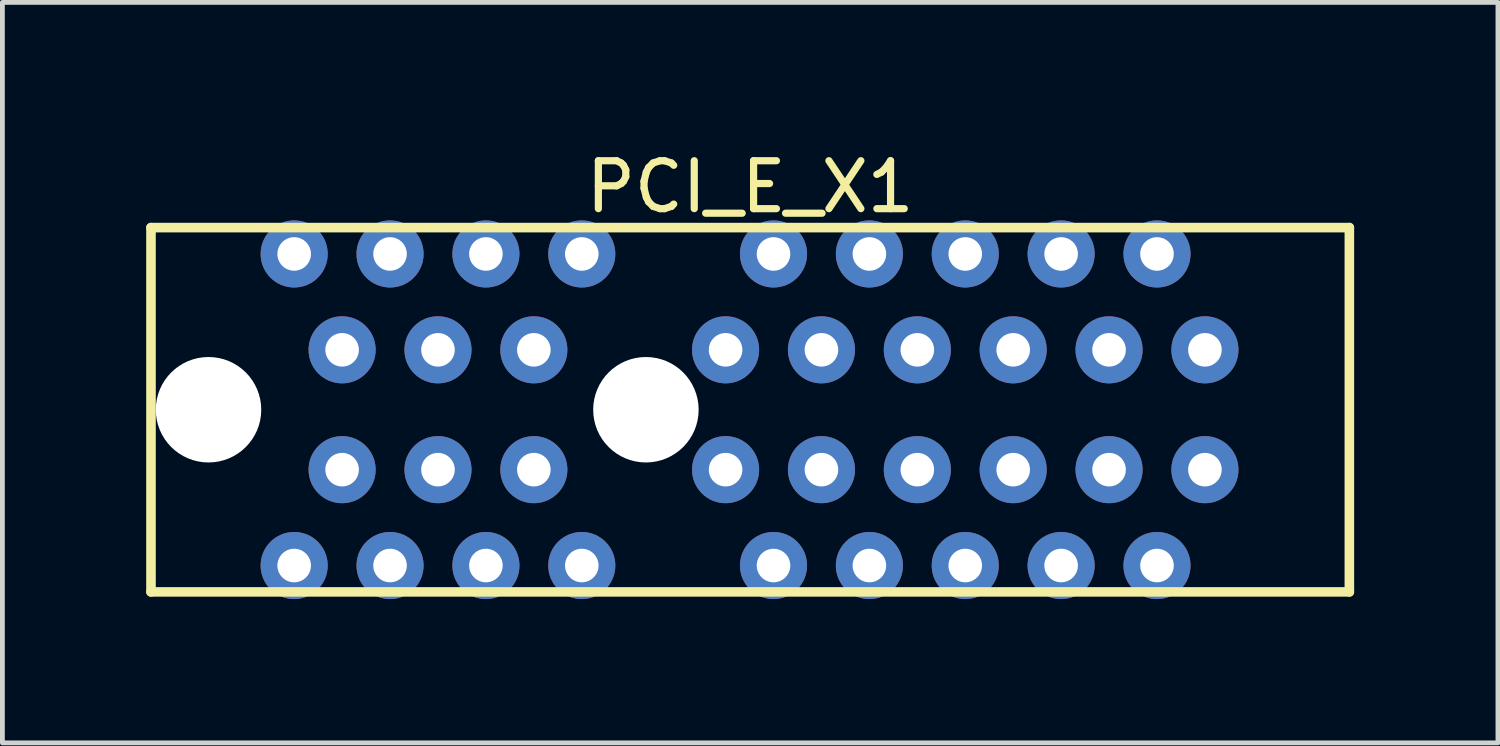
<source format=kicad_pcb>
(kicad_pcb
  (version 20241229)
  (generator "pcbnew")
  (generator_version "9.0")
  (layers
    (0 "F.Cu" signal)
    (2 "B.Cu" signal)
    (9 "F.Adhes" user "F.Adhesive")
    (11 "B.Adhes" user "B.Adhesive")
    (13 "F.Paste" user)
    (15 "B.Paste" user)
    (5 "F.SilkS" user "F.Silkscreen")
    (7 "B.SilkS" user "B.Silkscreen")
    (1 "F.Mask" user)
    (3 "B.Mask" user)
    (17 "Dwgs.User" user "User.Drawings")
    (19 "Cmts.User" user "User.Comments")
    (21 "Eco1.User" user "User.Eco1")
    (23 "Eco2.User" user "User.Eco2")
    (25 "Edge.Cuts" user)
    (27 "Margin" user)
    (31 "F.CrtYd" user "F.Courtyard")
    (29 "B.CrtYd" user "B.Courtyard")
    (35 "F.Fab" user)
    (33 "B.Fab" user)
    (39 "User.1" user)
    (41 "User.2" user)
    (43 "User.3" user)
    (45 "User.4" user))
  (footprint "PCI_E_X1"
    (layer "F.Cu")
    (at 10.425 5.498)
    (property "Reference" "PCI_E_X1" (at 2.175 -4.65 0) (layer "F.SilkS") (effects (font (size 1 1) (thickness 0.15))))
    (fp_line (start -10.325 -3.8) (end 14.675 -3.8) (stroke (width 0.2) (type solid)) (layer "F.SilkS"))
    (fp_line (start -10.325 3.8) (end -10.325 -3.8) (stroke (width 0.2) (type solid)) (layer "F.SilkS"))
    (fp_line (start -10.325 3.8) (end 14.675 3.8) (stroke (width 0.2) (type solid)) (layer "F.SilkS"))
    (fp_line (start 14.675 3.8) (end 14.675 -3.8) (stroke (width 0.2) (type solid)) (layer "F.SilkS"))
    (fp_line (start -7.838 -3.25) (end -7.338 -3.25) (stroke (width 0.1) (type solid)) (layer "User.8"))
    (fp_line (start -7.838 3.25) (end -7.338 3.25) (stroke (width 0.1) (type solid)) (layer "User.8"))
    (fp_line (start -7.338 -3.25) (end -7.338 -3.75) (stroke (width 0.1) (type solid)) (layer "User.8"))
    (fp_line (start -7.338 -3.25) (end -6.838 -3.25) (stroke (width 0.1) (type solid)) (layer "User.8"))
    (fp_line (start -7.338 -2.75) (end -7.338 -3.25) (stroke (width 0.1) (type solid)) (layer "User.8"))
    (fp_line (start -7.338 3.25) (end -7.338 2.75) (stroke (width 0.1) (type solid)) (layer "User.8"))
    (fp_line (start -7.338 3.25) (end -6.838 3.25) (stroke (width 0.1) (type solid)) (layer "User.8"))
    (fp_line (start -7.338 3.75) (end -7.338 3.25) (stroke (width 0.1) (type solid)) (layer "User.8"))
    (fp_line (start -6.838 -1.25) (end -6.338 -1.25) (stroke (width 0.1) (type solid)) (layer "User.8"))
    (fp_line (start -6.838 1.25) (end -6.338 1.25) (stroke (width 0.1) (type solid)) (layer "User.8"))
    (fp_line (start -6.338 -1.25) (end -6.338 -1.75) (stroke (width 0.1) (type solid)) (layer "User.8"))
    (fp_line (start -6.338 -1.25) (end -5.838 -1.25) (stroke (width 0.1) (type solid)) (layer "User.8"))
    (fp_line (start -6.338 -0.75) (end -6.338 -1.25) (stroke (width 0.1) (type solid)) (layer "User.8"))
    (fp_line (start -6.338 1.25) (end -6.338 0.75) (stroke (width 0.1) (type solid)) (layer "User.8"))
    (fp_line (start -6.338 1.25) (end -5.838 1.25) (stroke (width 0.1) (type solid)) (layer "User.8"))
    (fp_line (start -6.338 1.75) (end -6.338 1.25) (stroke (width 0.1) (type solid)) (layer "User.8"))
    (fp_line (start -5.838 -3.25) (end -5.338 -3.25) (stroke (width 0.1) (type solid)) (layer "User.8"))
    (fp_line (start -5.838 3.25) (end -5.338 3.25) (stroke (width 0.1) (type solid)) (layer "User.8"))
    (fp_line (start -5.338 -3.25) (end -5.338 -3.75) (stroke (width 0.1) (type solid)) (layer "User.8"))
    (fp_line (start -5.338 -3.25) (end -4.838 -3.25) (stroke (width 0.1) (type solid)) (layer "User.8"))
    (fp_line (start -5.338 -2.75) (end -5.338 -3.25) (stroke (width 0.1) (type solid)) (layer "User.8"))
    (fp_line (start -5.338 3.25) (end -5.338 2.75) (stroke (width 0.1) (type solid)) (layer "User.8"))
    (fp_line (start -5.338 3.25) (end -4.838 3.25) (stroke (width 0.1) (type solid)) (layer "User.8"))
    (fp_line (start -5.338 3.75) (end -5.338 3.25) (stroke (width 0.1) (type solid)) (layer "User.8"))
    (fp_line (start -4.838 -1.25) (end -4.338 -1.25) (stroke (width 0.1) (type solid)) (layer "User.8"))
    (fp_line (start -4.838 1.25) (end -4.338 1.25) (stroke (width 0.1) (type solid)) (layer "User.8"))
    (fp_line (start -4.338 -1.25) (end -4.338 -1.75) (stroke (width 0.1) (type solid)) (layer "User.8"))
    (fp_line (start -4.338 -1.25) (end -3.838 -1.25) (stroke (width 0.1) (type solid)) (layer "User.8"))
    (fp_line (start -4.338 -0.75) (end -4.338 -1.25) (stroke (width 0.1) (type solid)) (layer "User.8"))
    (fp_line (start -4.338 1.25) (end -4.338 0.75) (stroke (width 0.1) (type solid)) (layer "User.8"))
    (fp_line (start -4.338 1.25) (end -3.838 1.25) (stroke (width 0.1) (type solid)) (layer "User.8"))
    (fp_line (start -4.338 1.75) (end -4.338 1.25) (stroke (width 0.1) (type solid)) (layer "User.8"))
    (fp_line (start -3.838 -3.25) (end -3.338 -3.25) (stroke (width 0.1) (type solid)) (layer "User.8"))
    (fp_line (start -3.838 3.25) (end -3.338 3.25) (stroke (width 0.1) (type solid)) (layer "User.8"))
    (fp_line (start -3.338 -3.25) (end -3.338 -3.75) (stroke (width 0.1) (type solid)) (layer "User.8"))
    (fp_line (start -3.338 -3.25) (end -2.838 -3.25) (stroke (width 0.1) (type solid)) (layer "User.8"))
    (fp_line (start -3.338 -2.75) (end -3.338 -3.25) (stroke (width 0.1) (type solid)) (layer "User.8"))
    (fp_line (start -3.338 3.25) (end -3.338 2.75) (stroke (width 0.1) (type solid)) (layer "User.8"))
    (fp_line (start -3.338 3.25) (end -2.838 3.25) (stroke (width 0.1) (type solid)) (layer "User.8"))
    (fp_line (start -3.338 3.75) (end -3.338 3.25) (stroke (width 0.1) (type solid)) (layer "User.8"))
    (fp_line (start -2.838 -1.25) (end -2.338 -1.25) (stroke (width 0.1) (type solid)) (layer "User.8"))
    (fp_line (start -2.838 1.25) (end -2.338 1.25) (stroke (width 0.1) (type solid)) (layer "User.8"))
    (fp_line (start -2.338 -1.25) (end -2.338 -1.75) (stroke (width 0.1) (type solid)) (layer "User.8"))
    (fp_line (start -2.338 -1.25) (end -1.838 -1.25) (stroke (width 0.1) (type solid)) (layer "User.8"))
    (fp_line (start -2.338 -0.75) (end -2.338 -1.25) (stroke (width 0.1) (type solid)) (layer "User.8"))
    (fp_line (start -2.338 1.25) (end -2.338 0.75) (stroke (width 0.1) (type solid)) (layer "User.8"))
    (fp_line (start -2.338 1.25) (end -1.838 1.25) (stroke (width 0.1) (type solid)) (layer "User.8"))
    (fp_line (start -2.338 1.75) (end -2.338 1.25) (stroke (width 0.1) (type solid)) (layer "User.8"))
    (fp_line (start -1.838 -3.25) (end -1.338 -3.25) (stroke (width 0.1) (type solid)) (layer "User.8"))
    (fp_line (start -1.838 3.25) (end -1.338 3.25) (stroke (width 0.1) (type solid)) (layer "User.8"))
    (fp_line (start -1.338 -3.25) (end -1.338 -3.75) (stroke (width 0.1) (type solid)) (layer "User.8"))
    (fp_line (start -1.338 -3.25) (end -0.838 -3.25) (stroke (width 0.1) (type solid)) (layer "User.8"))
    (fp_line (start -1.338 -2.75) (end -1.338 -3.25) (stroke (width 0.1) (type solid)) (layer "User.8"))
    (fp_line (start -1.338 3.25) (end -1.338 2.75) (stroke (width 0.1) (type solid)) (layer "User.8"))
    (fp_line (start -1.338 3.25) (end -0.838 3.25) (stroke (width 0.1) (type solid)) (layer "User.8"))
    (fp_line (start -1.338 3.75) (end -1.338 3.25) (stroke (width 0.1) (type solid)) (layer "User.8"))
    (fp_line (start 1.162 -1.25) (end 1.662 -1.25) (stroke (width 0.1) (type solid)) (layer "User.8"))
    (fp_line (start 1.162 1.25) (end 1.662 1.25) (stroke (width 0.1) (type solid)) (layer "User.8"))
    (fp_line (start 1.662 -1.25) (end 1.662 -1.75) (stroke (width 0.1) (type solid)) (layer "User.8"))
    (fp_line (start 1.662 -1.25) (end 2.162 -1.25) (stroke (width 0.1) (type solid)) (layer "User.8"))
    (fp_line (start 1.662 -0.75) (end 1.662 -1.25) (stroke (width 0.1) (type solid)) (layer "User.8"))
    (fp_line (start 1.662 1.25) (end 1.662 0.75) (stroke (width 0.1) (type solid)) (layer "User.8"))
    (fp_line (start 1.662 1.25) (end 2.162 1.25) (stroke (width 0.1) (type solid)) (layer "User.8"))
    (fp_line (start 1.662 1.75) (end 1.662 1.25) (stroke (width 0.1) (type solid)) (layer "User.8"))
    (fp_line (start 2.162 -3.25) (end 2.662 -3.25) (stroke (width 0.1) (type solid)) (layer "User.8"))
    (fp_line (start 2.162 3.25) (end 2.662 3.25) (stroke (width 0.1) (type solid)) (layer "User.8"))
    (fp_line (start 2.662 -3.25) (end 2.662 -3.75) (stroke (width 0.1) (type solid)) (layer "User.8"))
    (fp_line (start 2.662 -3.25) (end 3.162 -3.25) (stroke (width 0.1) (type solid)) (layer "User.8"))
    (fp_line (start 2.662 -2.75) (end 2.662 -3.25) (stroke (width 0.1) (type solid)) (layer "User.8"))
    (fp_line (start 2.662 3.25) (end 2.662 2.75) (stroke (width 0.1) (type solid)) (layer "User.8"))
    (fp_line (start 2.662 3.25) (end 3.162 3.25) (stroke (width 0.1) (type solid)) (layer "User.8"))
    (fp_line (start 2.662 3.75) (end 2.662 3.25) (stroke (width 0.1) (type solid)) (layer "User.8"))
    (fp_line (start 3.162 -1.25) (end 3.662 -1.25) (stroke (width 0.1) (type solid)) (layer "User.8"))
    (fp_line (start 3.162 1.25) (end 3.662 1.25) (stroke (width 0.1) (type solid)) (layer "User.8"))
    (fp_line (start 3.662 -1.25) (end 3.662 -1.75) (stroke (width 0.1) (type solid)) (layer "User.8"))
    (fp_line (start 3.662 -1.25) (end 4.162 -1.25) (stroke (width 0.1) (type solid)) (layer "User.8"))
    (fp_line (start 3.662 -0.75) (end 3.662 -1.25) (stroke (width 0.1) (type solid)) (layer "User.8"))
    (fp_line (start 3.662 1.25) (end 3.662 0.75) (stroke (width 0.1) (type solid)) (layer "User.8"))
    (fp_line (start 3.662 1.25) (end 4.162 1.25) (stroke (width 0.1) (type solid)) (layer "User.8"))
    (fp_line (start 3.662 1.75) (end 3.662 1.25) (stroke (width 0.1) (type solid)) (layer "User.8"))
    (fp_line (start 4.162 -3.25) (end 4.662 -3.25) (stroke (width 0.1) (type solid)) (layer "User.8"))
    (fp_line (start 4.162 3.25) (end 4.662 3.25) (stroke (width 0.1) (type solid)) (layer "User.8"))
    (fp_line (start 4.662 -3.25) (end 4.662 -3.75) (stroke (width 0.1) (type solid)) (layer "User.8"))
    (fp_line (start 4.662 -3.25) (end 5.162 -3.25) (stroke (width 0.1) (type solid)) (layer "User.8"))
    (fp_line (start 4.662 -2.75) (end 4.662 -3.25) (stroke (width 0.1) (type solid)) (layer "User.8"))
    (fp_line (start 4.662 3.25) (end 4.662 2.75) (stroke (width 0.1) (type solid)) (layer "User.8"))
    (fp_line (start 4.662 3.25) (end 5.162 3.25) (stroke (width 0.1) (type solid)) (layer "User.8"))
    (fp_line (start 4.662 3.75) (end 4.662 3.25) (stroke (width 0.1) (type solid)) (layer "User.8"))
    (fp_line (start 5.162 -1.25) (end 5.662 -1.25) (stroke (width 0.1) (type solid)) (layer "User.8"))
    (fp_line (start 5.162 1.25) (end 5.662 1.25) (stroke (width 0.1) (type solid)) (layer "User.8"))
    (fp_line (start 5.662 -1.25) (end 5.662 -1.75) (stroke (width 0.1) (type solid)) (layer "User.8"))
    (fp_line (start 5.662 -1.25) (end 6.162 -1.25) (stroke (width 0.1) (type solid)) (layer "User.8"))
    (fp_line (start 5.662 -0.75) (end 5.662 -1.25) (stroke (width 0.1) (type solid)) (layer "User.8"))
    (fp_line (start 5.662 1.25) (end 5.662 0.75) (stroke (width 0.1) (type solid)) (layer "User.8"))
    (fp_line (start 5.662 1.25) (end 6.162 1.25) (stroke (width 0.1) (type solid)) (layer "User.8"))
    (fp_line (start 5.662 1.75) (end 5.662 1.25) (stroke (width 0.1) (type solid)) (layer "User.8"))
    (fp_line (start 6.162 -3.25) (end 6.662 -3.25) (stroke (width 0.1) (type solid)) (layer "User.8"))
    (fp_line (start 6.162 3.25) (end 6.662 3.25) (stroke (width 0.1) (type solid)) (layer "User.8"))
    (fp_line (start 6.662 -3.25) (end 6.662 -3.75) (stroke (width 0.1) (type solid)) (layer "User.8"))
    (fp_line (start 6.662 -3.25) (end 7.162 -3.25) (stroke (width 0.1) (type solid)) (layer "User.8"))
    (fp_line (start 6.662 -2.75) (end 6.662 -3.25) (stroke (width 0.1) (type solid)) (layer "User.8"))
    (fp_line (start 6.662 3.25) (end 6.662 2.75) (stroke (width 0.1) (type solid)) (layer "User.8"))
    (fp_line (start 6.662 3.25) (end 7.162 3.25) (stroke (width 0.1) (type solid)) (layer "User.8"))
    (fp_line (start 6.662 3.75) (end 6.662 3.25) (stroke (width 0.1) (type solid)) (layer "User.8"))
    (fp_line (start 7.162 -1.25) (end 7.662 -1.25) (stroke (width 0.1) (type solid)) (layer "User.8"))
    (fp_line (start 7.162 1.25) (end 7.662 1.25) (stroke (width 0.1) (type solid)) (layer "User.8"))
    (fp_line (start 7.662 -1.25) (end 7.662 -1.75) (stroke (width 0.1) (type solid)) (layer "User.8"))
    (fp_line (start 7.662 -1.25) (end 8.162 -1.25) (stroke (width 0.1) (type solid)) (layer "User.8"))
    (fp_line (start 7.662 -0.75) (end 7.662 -1.25) (stroke (width 0.1) (type solid)) (layer "User.8"))
    (fp_line (start 7.662 1.25) (end 7.662 0.75) (stroke (width 0.1) (type solid)) (layer "User.8"))
    (fp_line (start 7.662 1.25) (end 8.162 1.25) (stroke (width 0.1) (type solid)) (layer "User.8"))
    (fp_line (start 7.662 1.75) (end 7.662 1.25) (stroke (width 0.1) (type solid)) (layer "User.8"))
    (fp_line (start 8.162 -3.25) (end 8.662 -3.25) (stroke (width 0.1) (type solid)) (layer "User.8"))
    (fp_line (start 8.162 3.25) (end 8.662 3.25) (stroke (width 0.1) (type solid)) (layer "User.8"))
    (fp_line (start 8.662 -3.25) (end 8.662 -3.75) (stroke (width 0.1) (type solid)) (layer "User.8"))
    (fp_line (start 8.662 -3.25) (end 9.162 -3.25) (stroke (width 0.1) (type solid)) (layer "User.8"))
    (fp_line (start 8.662 -2.75) (end 8.662 -3.25) (stroke (width 0.1) (type solid)) (layer "User.8"))
    (fp_line (start 8.662 3.25) (end 8.662 2.75) (stroke (width 0.1) (type solid)) (layer "User.8"))
    (fp_line (start 8.662 3.25) (end 9.162 3.25) (stroke (width 0.1) (type solid)) (layer "User.8"))
    (fp_line (start 8.662 3.75) (end 8.662 3.25) (stroke (width 0.1) (type solid)) (layer "User.8"))
    (fp_line (start 9.162 -1.25) (end 9.662 -1.25) (stroke (width 0.1) (type solid)) (layer "User.8"))
    (fp_line (start 9.162 1.25) (end 9.662 1.25) (stroke (width 0.1) (type solid)) (layer "User.8"))
    (fp_line (start 9.662 -1.25) (end 9.662 -1.75) (stroke (width 0.1) (type solid)) (layer "User.8"))
    (fp_line (start 9.662 -1.25) (end 10.162 -1.25) (stroke (width 0.1) (type solid)) (layer "User.8"))
    (fp_line (start 9.662 -0.75) (end 9.662 -1.25) (stroke (width 0.1) (type solid)) (layer "User.8"))
    (fp_line (start 9.662 1.25) (end 9.662 0.75) (stroke (width 0.1) (type solid)) (layer "User.8"))
    (fp_line (start 9.662 1.25) (end 10.162 1.25) (stroke (width 0.1) (type solid)) (layer "User.8"))
    (fp_line (start 9.662 1.75) (end 9.662 1.25) (stroke (width 0.1) (type solid)) (layer "User.8"))
    (fp_line (start 10.162 -3.25) (end 10.662 -3.25) (stroke (width 0.1) (type solid)) (layer "User.8"))
    (fp_line (start 10.162 3.25) (end 10.662 3.25) (stroke (width 0.1) (type solid)) (layer "User.8"))
    (fp_line (start 10.662 -3.25) (end 10.662 -3.75) (stroke (width 0.1) (type solid)) (layer "User.8"))
    (fp_line (start 10.662 -3.25) (end 11.162 -3.25) (stroke (width 0.1) (type solid)) (layer "User.8"))
    (fp_line (start 10.662 -2.75) (end 10.662 -3.25) (stroke (width 0.1) (type solid)) (layer "User.8"))
    (fp_line (start 10.662 3.25) (end 10.662 2.75) (stroke (width 0.1) (type solid)) (layer "User.8"))
    (fp_line (start 10.662 3.25) (end 11.162 3.25) (stroke (width 0.1) (type solid)) (layer "User.8"))
    (fp_line (start 10.662 3.75) (end 10.662 3.25) (stroke (width 0.1) (type solid)) (layer "User.8"))
    (fp_line (start 11.162 -1.25) (end 11.662 -1.25) (stroke (width 0.1) (type solid)) (layer "User.8"))
    (fp_line (start 11.162 1.25) (end 11.662 1.25) (stroke (width 0.1) (type solid)) (layer "User.8"))
    (fp_line (start 11.662 -1.25) (end 11.662 -1.75) (stroke (width 0.1) (type solid)) (layer "User.8"))
    (fp_line (start 11.662 -1.25) (end 12.162 -1.25) (stroke (width 0.1) (type solid)) (layer "User.8"))
    (fp_line (start 11.662 -0.75) (end 11.662 -1.25) (stroke (width 0.1) (type solid)) (layer "User.8"))
    (fp_line (start 11.662 1.25) (end 11.662 0.75) (stroke (width 0.1) (type solid)) (layer "User.8"))
    (fp_line (start 11.662 1.25) (end 12.162 1.25) (stroke (width 0.1) (type solid)) (layer "User.8"))
    (fp_line (start 11.662 1.75) (end 11.662 1.25) (stroke (width 0.1) (type solid)) (layer "User.8"))
    (pad "" np_thru_hole circle (at -9.125 0 90) (size 2.2 2.2) (drill 2.2) (layers "*.Cu" "*.Mask"))
    (pad "" np_thru_hole circle (at 0 0 90) (size 2.2 2.2) (drill 2.2) (layers "*.Cu" "*.Mask"))
    (pad "A1" thru_hole circle (at 11.662 1.25 90) (size 1.4 1.4) (drill 0.7) (layers "*.Cu" "*.Mask"))
    (pad "A2" thru_hole circle (at 10.662 3.25 90) (size 1.4 1.4) (drill 0.7) (layers "*.Cu" "*.Mask"))
    (pad "A3" thru_hole circle (at 9.662 1.25 90) (size 1.4 1.4) (drill 0.7) (layers "*.Cu" "*.Mask"))
    (pad "A4" thru_hole circle (at 8.662 3.25 90) (size 1.4 1.4) (drill 0.7) (layers "*.Cu" "*.Mask"))
    (pad "A5" thru_hole circle (at 7.662 1.25 90) (size 1.4 1.4) (drill 0.7) (layers "*.Cu" "*.Mask"))
    (pad "A6" thru_hole circle (at 6.662 3.25 90) (size 1.4 1.4) (drill 0.7) (layers "*.Cu" "*.Mask"))
    (pad "A7" thru_hole circle (at 5.662 1.25 90) (size 1.4 1.4) (drill 0.7) (layers "*.Cu" "*.Mask"))
    (pad "A8" thru_hole circle (at 4.662 3.25 90) (size 1.4 1.4) (drill 0.7) (layers "*.Cu" "*.Mask"))
    (pad "A9" thru_hole circle (at 3.662 1.25 90) (size 1.4 1.4) (drill 0.7) (layers "*.Cu" "*.Mask"))
    (pad "A10" thru_hole circle (at 2.662 3.25 90) (size 1.4 1.4) (drill 0.7) (layers "*.Cu" "*.Mask"))
    (pad "A11" thru_hole circle (at 1.662 1.25 90) (size 1.4 1.4) (drill 0.7) (layers "*.Cu" "*.Mask"))
    (pad "A12" thru_hole circle (at -1.338 3.25 90) (size 1.4 1.4) (drill 0.7) (layers "*.Cu" "*.Mask"))
    (pad "A13" thru_hole circle (at -2.338 1.25 90) (size 1.4 1.4) (drill 0.7) (layers "*.Cu" "*.Mask"))
    (pad "A14" thru_hole circle (at -3.338 3.25 90) (size 1.4 1.4) (drill 0.7) (layers "*.Cu" "*.Mask"))
    (pad "A15" thru_hole circle (at -4.338 1.25 90) (size 1.4 1.4) (drill 0.7) (layers "*.Cu" "*.Mask"))
    (pad "A16" thru_hole circle (at -5.338 3.25 90) (size 1.4 1.4) (drill 0.7) (layers "*.Cu" "*.Mask"))
    (pad "A17" thru_hole circle (at -6.338 1.25 90) (size 1.4 1.4) (drill 0.7) (layers "*.Cu" "*.Mask"))
    (pad "A18" thru_hole circle (at -7.338 3.25 90) (size 1.4 1.4) (drill 0.7) (layers "*.Cu" "*.Mask"))
    (pad "B1" thru_hole circle (at 11.662 -1.25 90) (size 1.4 1.4) (drill 0.7) (layers "*.Cu" "*.Mask"))
    (pad "B2" thru_hole circle (at 10.662 -3.25 90) (size 1.4 1.4) (drill 0.7) (layers "*.Cu" "*.Mask"))
    (pad "B3" thru_hole circle (at 9.662 -1.25 90) (size 1.4 1.4) (drill 0.7) (layers "*.Cu" "*.Mask"))
    (pad "B4" thru_hole circle (at 8.662 -3.25 90) (size 1.4 1.4) (drill 0.7) (layers "*.Cu" "*.Mask"))
    (pad "B5" thru_hole circle (at 7.662 -1.25 90) (size 1.4 1.4) (drill 0.7) (layers "*.Cu" "*.Mask"))
    (pad "B6" thru_hole circle (at 6.662 -3.25 90) (size 1.4 1.4) (drill 0.7) (layers "*.Cu" "*.Mask"))
    (pad "B7" thru_hole circle (at 5.662 -1.25 90) (size 1.4 1.4) (drill 0.7) (layers "*.Cu" "*.Mask"))
    (pad "B8" thru_hole circle (at 4.662 -3.25 90) (size 1.4 1.4) (drill 0.7) (layers "*.Cu" "*.Mask"))
    (pad "B9" thru_hole circle (at 3.662 -1.25 90) (size 1.4 1.4) (drill 0.7) (layers "*.Cu" "*.Mask"))
    (pad "B10" thru_hole circle (at 2.662 -3.25 90) (size 1.4 1.4) (drill 0.7) (layers "*.Cu" "*.Mask"))
    (pad "B11" thru_hole circle (at 1.662 -1.25 90) (size 1.4 1.4) (drill 0.7) (layers "*.Cu" "*.Mask"))
    (pad "B12" thru_hole circle (at -1.338 -3.25 90) (size 1.4 1.4) (drill 0.7) (layers "*.Cu" "*.Mask"))
    (pad "B13" thru_hole circle (at -2.338 -1.25 90) (size 1.4 1.4) (drill 0.7) (layers "*.Cu" "*.Mask"))
    (pad "B14" thru_hole circle (at -3.338 -3.25 90) (size 1.4 1.4) (drill 0.7) (layers "*.Cu" "*.Mask"))
    (pad "B15" thru_hole circle (at -4.338 -1.25 90) (size 1.4 1.4) (drill 0.7) (layers "*.Cu" "*.Mask"))
    (pad "B16" thru_hole circle (at -5.338 -3.25 90) (size 1.4 1.4) (drill 0.7) (layers "*.Cu" "*.Mask"))
    (pad "B17" thru_hole circle (at -6.338 -1.25 90) (size 1.4 1.4) (drill 0.7) (layers "*.Cu" "*.Mask"))
    (pad "B18" thru_hole circle (at -7.338 -3.25 90) (size 1.4 1.4) (drill 0.7) (layers "*.Cu" "*.Mask")))
  (gr_rect
    (start -3 -3)
    (end 28.2 12.448)
    (stroke (width 0.1) (type default))
    (fill no)
    (layer "Edge.Cuts")))
</source>
